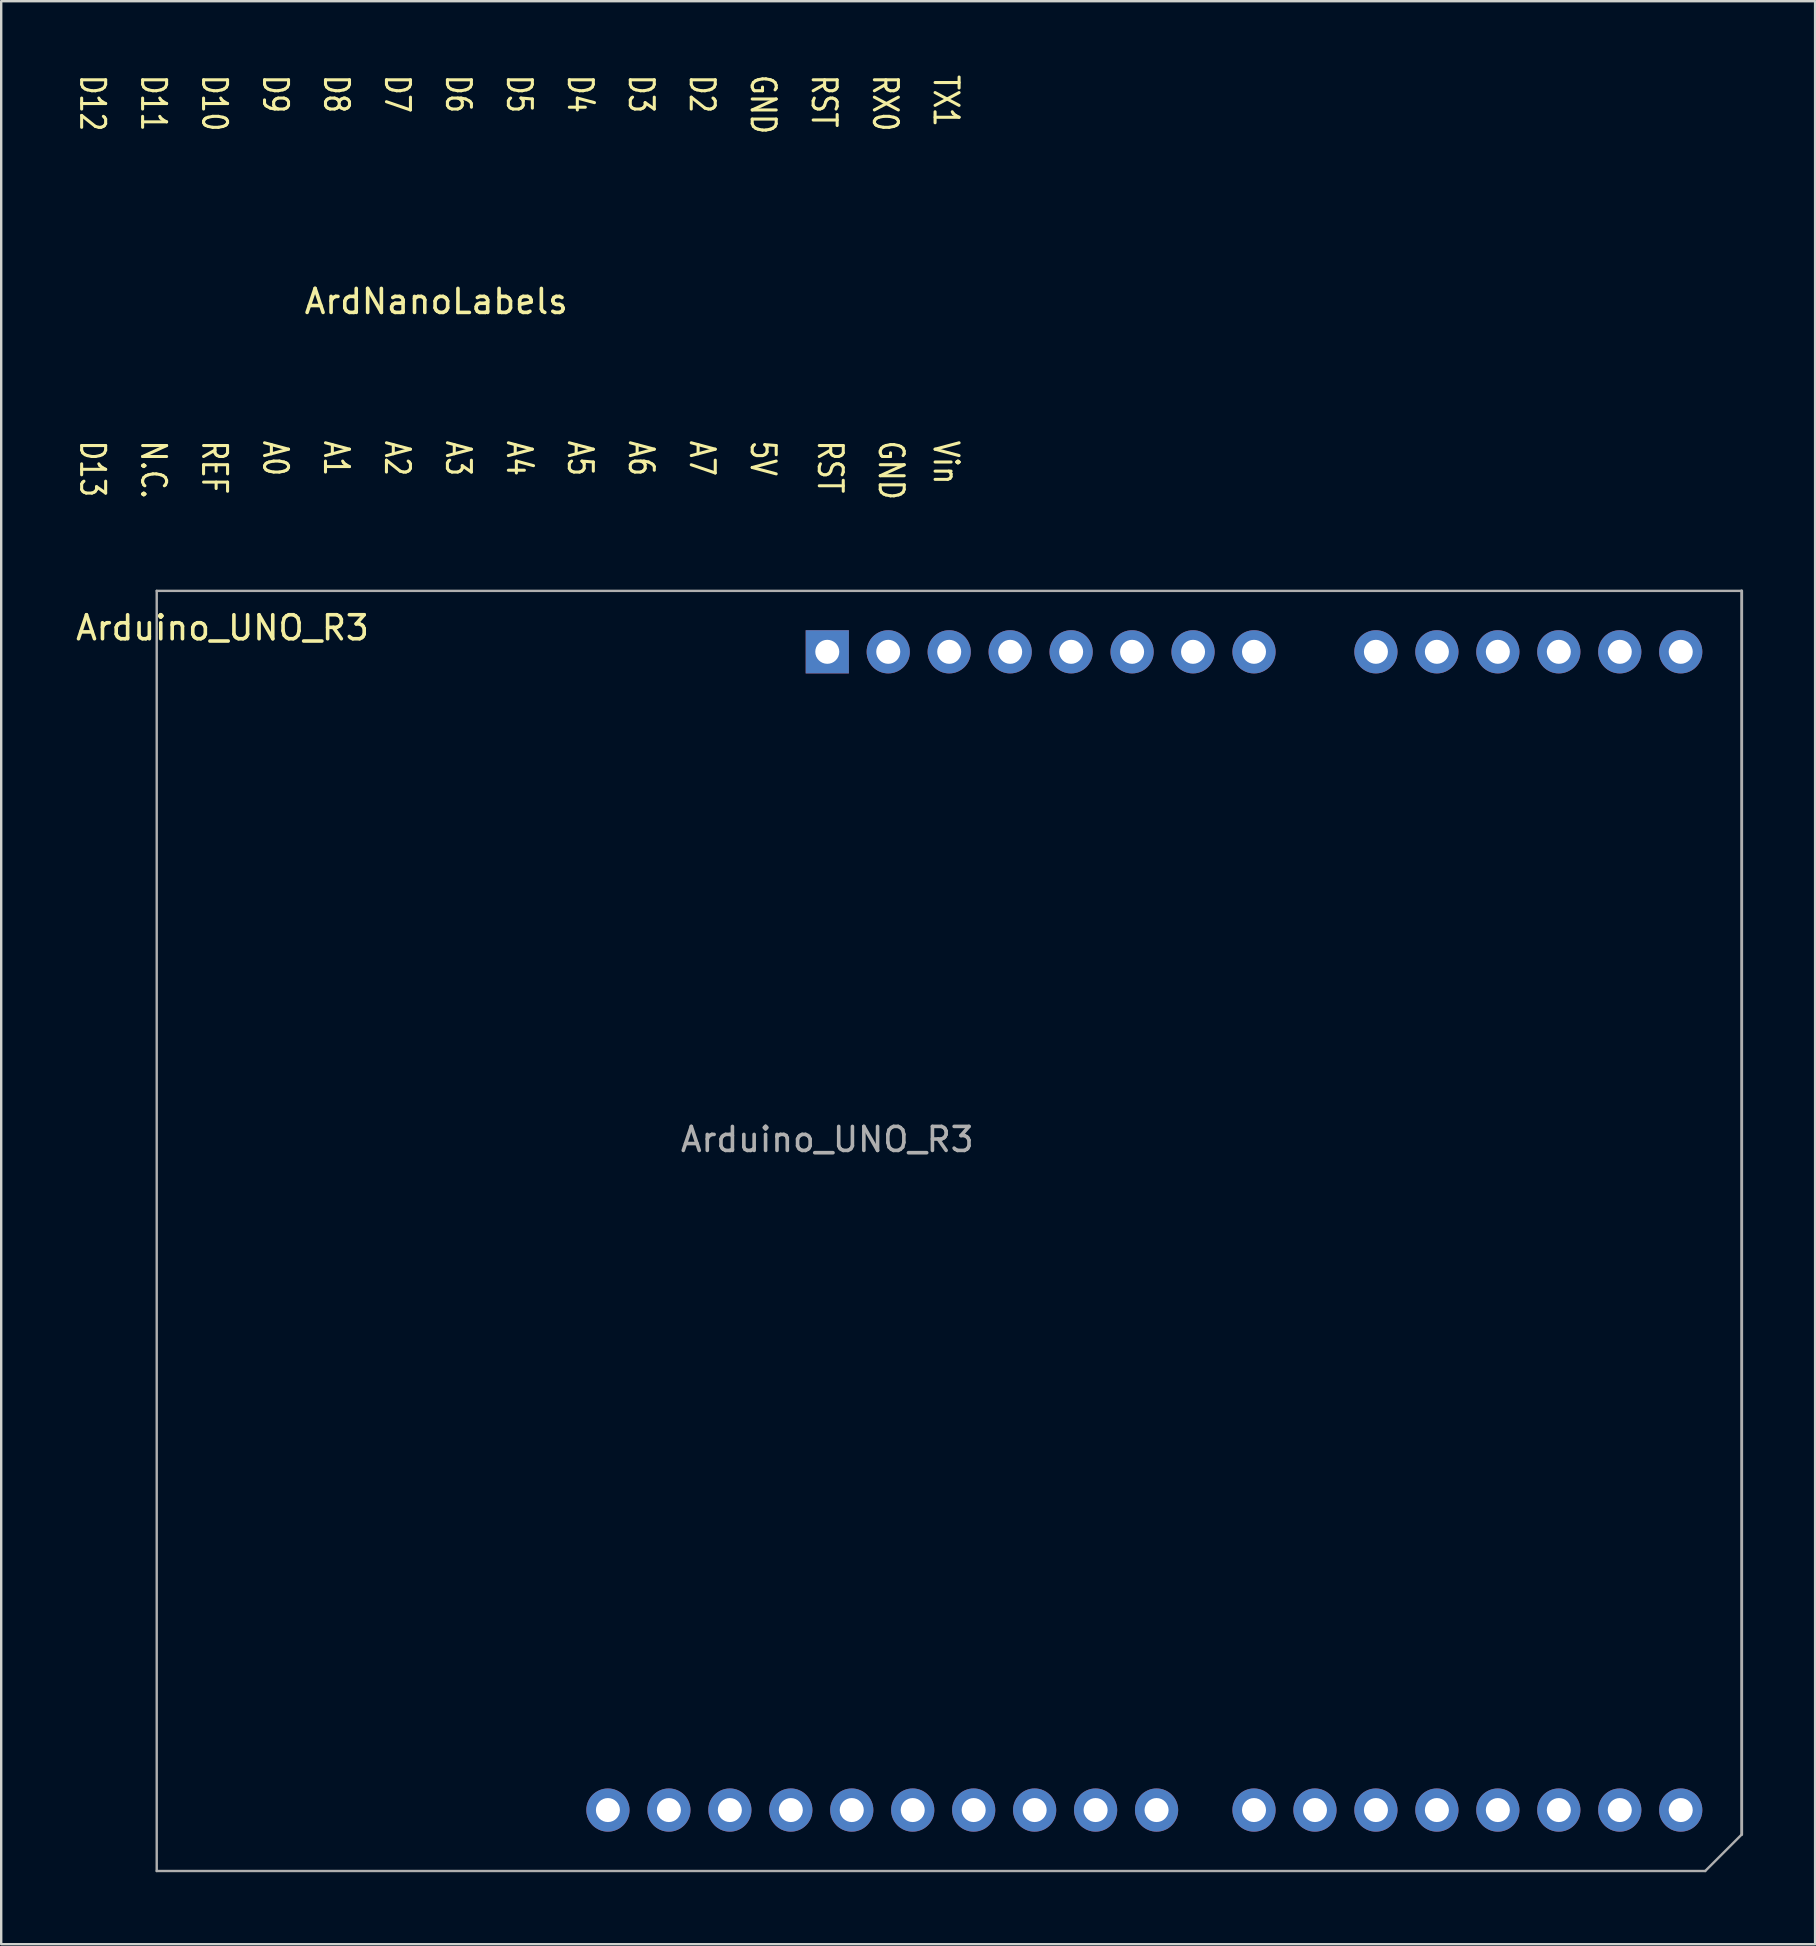
<source format=kicad_pcb>
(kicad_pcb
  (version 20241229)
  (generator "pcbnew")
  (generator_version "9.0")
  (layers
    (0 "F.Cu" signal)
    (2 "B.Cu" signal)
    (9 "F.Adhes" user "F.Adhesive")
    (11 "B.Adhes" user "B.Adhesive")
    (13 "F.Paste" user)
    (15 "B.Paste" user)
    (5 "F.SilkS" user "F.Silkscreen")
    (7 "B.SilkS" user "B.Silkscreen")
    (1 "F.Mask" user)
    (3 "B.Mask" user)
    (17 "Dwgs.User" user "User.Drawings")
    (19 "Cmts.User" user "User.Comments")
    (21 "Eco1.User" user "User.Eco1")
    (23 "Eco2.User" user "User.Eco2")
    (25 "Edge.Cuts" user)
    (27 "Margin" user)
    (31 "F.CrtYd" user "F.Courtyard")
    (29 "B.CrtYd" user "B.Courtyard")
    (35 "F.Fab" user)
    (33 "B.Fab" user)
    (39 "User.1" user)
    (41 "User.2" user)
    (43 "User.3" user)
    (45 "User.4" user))
  (footprint "ArdNanoLabels"
    (layer "F.Cu")
    (at 18.588 9.144)
    (property "Reference" "ArdNanoLabels" (at -3.462 0.368 180) (layer "F.SilkS") (effects (font (size 1 1) (thickness 0.15))))
    (attr through_hole)
    (fp_text user "A2" (at -5.08 6.096 270) (unlocked yes) (layer "F.SilkS") (effects (font (size 1 0.8) (thickness 0.127)) (justify left)))
    (fp_text user "RX0" (at 15.25 -9.144 270) (unlocked yes) (layer "F.SilkS") (effects (font (size 1 0.8) (thickness 0.127)) (justify left)))
    (fp_text user "N.C." (at -15.24 6.096 270) (unlocked yes) (layer "F.SilkS") (effects (font (size 1 0.8) (thickness 0.127)) (justify left)))
    (fp_text user "A0" (at -10.16 6.096 270) (unlocked yes) (layer "F.SilkS") (effects (font (size 1 0.8) (thickness 0.127)) (justify left)))
    (fp_text user "D9" (at -10.16 -9.144 270) (unlocked yes) (layer "F.SilkS") (effects (font (size 1 0.8) (thickness 0.127)) (justify left)))
    (fp_text user "RST " (at 12.954 6.096 270) (unlocked yes) (layer "F.SilkS") (effects (font (size 1 0.8) (thickness 0.127)) (justify left)))
    (fp_text user "D8" (at -7.62 -9.144 270) (unlocked yes) (layer "F.SilkS") (effects (font (size 1 0.8) (thickness 0.127)) (justify left)))
    (fp_text user "D10" (at -12.7 -9.144 270) (unlocked yes) (layer "F.SilkS") (effects (font (size 1 0.8) (thickness 0.127)) (justify left)))
    (fp_text user "REF" (at -12.7 6.096 270) (unlocked yes) (layer "F.SilkS") (effects (font (size 1 0.8) (thickness 0.127)) (justify left)))
    (fp_text user "D6" (at -2.54 -9.144 270) (unlocked yes) (layer "F.SilkS") (effects (font (size 1 0.8) (thickness 0.127)) (justify left)))
    (fp_text user "A4" (at 0 6.096 270) (unlocked yes) (layer "F.SilkS") (effects (font (size 1 0.8) (thickness 0.127)) (justify left)))
    (fp_text user "D13" (at -17.78 6.096 270) (unlocked yes) (layer "F.SilkS") (effects (font (size 1 0.8) (thickness 0.127)) (justify left)))
    (fp_text user "5V" (at 10.16 6.096 270) (unlocked yes) (layer "F.SilkS") (effects (font (size 1 0.8) (thickness 0.127)) (justify left)))
    (fp_text user "D5" (at 0 -9.144 270) (unlocked yes) (layer "F.SilkS") (effects (font (size 1 0.8) (thickness 0.127)) (justify left)))
    (fp_text user "D3" (at 5.08 -9.144 270) (unlocked yes) (layer "F.SilkS") (effects (font (size 1 0.8) (thickness 0.127)) (justify left)))
    (fp_text user "GND " (at 15.494 6.096 270) (unlocked yes) (layer "F.SilkS") (effects (font (size 1 0.8) (thickness 0.127)) (justify left)))
    (fp_text user "D2" (at 7.62 -9.144 270) (unlocked yes) (layer "F.SilkS") (effects (font (size 1 0.8) (thickness 0.127)) (justify left)))
    (fp_text user "D4" (at 2.54 -9.144 270) (unlocked yes) (layer "F.SilkS") (effects (font (size 1 0.8) (thickness 0.127)) (justify left)))
    (fp_text user "D7" (at -5.08 -9.144 270) (unlocked yes) (layer "F.SilkS") (effects (font (size 1 0.8) (thickness 0.127)) (justify left)))
    (fp_text user "A1" (at -7.62 6.096 270) (unlocked yes) (layer "F.SilkS") (effects (font (size 1 0.8) (thickness 0.127)) (justify left)))
    (fp_text user "D12" (at -17.78 -9.144 270) (unlocked yes) (layer "F.SilkS") (effects (font (size 1 0.8) (thickness 0.127)) (justify left)))
    (fp_text user "D11" (at -15.24 -9.144 270) (unlocked yes) (layer "F.SilkS") (effects (font (size 1 0.8) (thickness 0.127)) (justify left)))
    (fp_text user "Vin" (at 17.78 6.096 270) (unlocked yes) (layer "F.SilkS") (effects (font (size 1 0.8) (thickness 0.127)) (justify left)))
    (fp_text user "A6" (at 5.08 6.096 270) (unlocked yes) (layer "F.SilkS") (effects (font (size 1 0.8) (thickness 0.127)) (justify left)))
    (fp_text user "A7" (at 7.62 6.096 270) (unlocked yes) (layer "F.SilkS") (effects (font (size 1 0.8) (thickness 0.127)) (justify left)))
    (fp_text user "RST" (at 12.7 -9.144 270) (unlocked yes) (layer "F.SilkS") (effects (font (size 1 0.8) (thickness 0.127)) (justify left)))
    (fp_text user "GND" (at 10.16 -9.144 270) (unlocked yes) (layer "F.SilkS") (effects (font (size 1 0.8) (thickness 0.127)) (justify left)))
    (fp_text user "A3" (at -2.54 6.096 270) (unlocked yes) (layer "F.SilkS") (effects (font (size 1 0.8) (thickness 0.127)) (justify left)))
    (fp_text user "TX1" (at 17.78 -9.144 270) (unlocked yes) (layer "F.SilkS") (effects (font (size 1 0.8) (thickness 0.127)) (justify left)))
    (fp_text user "A5" (at 2.54 6.096 270) (unlocked yes) (layer "F.SilkS") (effects (font (size 1 0.8) (thickness 0.127)) (justify left))))
  (footprint "Arduino_UNO_R3"
    (layer "F.Cu")
    (at 31.42 24.109)
    (property "Reference" "Arduino_UNO_R3" (at -25.2 -1 180) (layer "F.SilkS") (effects (font (size 1 1) (thickness 0.15))))
    (attr through_hole)
    (fp_line (start -27.94 -2.54) (end 38.1 -2.54) (stroke (width 0.1) (type solid)) (layer "F.Fab"))
    (fp_line (start -27.94 50.8) (end -27.94 -2.54) (stroke (width 0.1) (type solid)) (layer "F.Fab"))
    (fp_line (start 36.58 50.8) (end -27.94 50.8) (stroke (width 0.1) (type solid)) (layer "F.Fab"))
    (fp_line (start 38.1 -2.54) (end 38.1 49.28) (stroke (width 0.12) (type solid)) (layer "F.Fab"))
    (fp_line (start 38.1 49.28) (end 36.58 50.8) (stroke (width 0.1) (type solid)) (layer "F.Fab"))
    (fp_text user "${REFERENCE}" (at 0 20.32 180) (layer "F.Fab") (effects (font (size 1 1) (thickness 0.15))))
    (pad "1" thru_hole rect (at 0 0 90) (size 1.8 1.8) (drill 1) (layers "*.Cu" "*.Mask"))
    (pad "2" thru_hole circle (at 2.54 0 90) (size 1.8 1.8) (drill 1) (layers "*.Cu" "*.Mask"))
    (pad "3" thru_hole circle (at 5.08 0 90) (size 1.8 1.8) (drill 1) (layers "*.Cu" "*.Mask"))
    (pad "4" thru_hole circle (at 7.62 0 90) (size 1.8 1.8) (drill 1) (layers "*.Cu" "*.Mask"))
    (pad "5" thru_hole circle (at 10.16 0 90) (size 1.8 1.8) (drill 1) (layers "*.Cu" "*.Mask"))
    (pad "6" thru_hole circle (at 12.7 0 90) (size 1.8 1.8) (drill 1) (layers "*.Cu" "*.Mask"))
    (pad "7" thru_hole circle (at 15.24 0 90) (size 1.8 1.8) (drill 1) (layers "*.Cu" "*.Mask"))
    (pad "8" thru_hole circle (at 17.78 0 90) (size 1.8 1.8) (drill 1) (layers "*.Cu" "*.Mask"))
    (pad "9" thru_hole circle (at 22.86 0 90) (size 1.8 1.8) (drill 1) (layers "*.Cu" "*.Mask"))
    (pad "10" thru_hole circle (at 25.4 0 90) (size 1.8 1.8) (drill 1) (layers "*.Cu" "*.Mask"))
    (pad "11" thru_hole circle (at 27.94 0 90) (size 1.8 1.8) (drill 1) (layers "*.Cu" "*.Mask"))
    (pad "12" thru_hole circle (at 30.48 0 90) (size 1.8 1.8) (drill 1) (layers "*.Cu" "*.Mask"))
    (pad "13" thru_hole circle (at 33.02 0 90) (size 1.8 1.8) (drill 1) (layers "*.Cu" "*.Mask"))
    (pad "14" thru_hole circle (at 35.56 0 90) (size 1.8 1.8) (drill 1) (layers "*.Cu" "*.Mask"))
    (pad "15" thru_hole circle (at 35.56 48.26 90) (size 1.8 1.8) (drill 1) (layers "*.Cu" "*.Mask"))
    (pad "16" thru_hole circle (at 33.02 48.26 90) (size 1.8 1.8) (drill 1) (layers "*.Cu" "*.Mask"))
    (pad "17" thru_hole circle (at 30.48 48.26 90) (size 1.8 1.8) (drill 1) (layers "*.Cu" "*.Mask"))
    (pad "18" thru_hole circle (at 27.94 48.26 90) (size 1.8 1.8) (drill 1) (layers "*.Cu" "*.Mask"))
    (pad "19" thru_hole circle (at 25.4 48.26 90) (size 1.8 1.8) (drill 1) (layers "*.Cu" "*.Mask"))
    (pad "20" thru_hole circle (at 22.86 48.26 90) (size 1.8 1.8) (drill 1) (layers "*.Cu" "*.Mask"))
    (pad "21" thru_hole circle (at 20.32 48.26 90) (size 1.8 1.8) (drill 1) (layers "*.Cu" "*.Mask"))
    (pad "22" thru_hole circle (at 17.78 48.26 90) (size 1.8 1.8) (drill 1) (layers "*.Cu" "*.Mask"))
    (pad "23" thru_hole circle (at 13.72 48.26 90) (size 1.8 1.8) (drill 1) (layers "*.Cu" "*.Mask"))
    (pad "24" thru_hole circle (at 11.18 48.26 90) (size 1.8 1.8) (drill 1) (layers "*.Cu" "*.Mask"))
    (pad "25" thru_hole circle (at 8.64 48.26 90) (size 1.8 1.8) (drill 1) (layers "*.Cu" "*.Mask"))
    (pad "26" thru_hole circle (at 6.1 48.26 90) (size 1.8 1.8) (drill 1) (layers "*.Cu" "*.Mask"))
    (pad "27" thru_hole circle (at 3.56 48.26 90) (size 1.8 1.8) (drill 1) (layers "*.Cu" "*.Mask"))
    (pad "28" thru_hole circle (at 1.02 48.26 90) (size 1.8 1.8) (drill 1) (layers "*.Cu" "*.Mask"))
    (pad "29" thru_hole circle (at -1.52 48.26 90) (size 1.8 1.8) (drill 1) (layers "*.Cu" "*.Mask"))
    (pad "30" thru_hole circle (at -4.06 48.26 90) (size 1.8 1.8) (drill 1) (layers "*.Cu" "*.Mask"))
    (pad "31" thru_hole circle (at -6.6 48.26 90) (size 1.8 1.8) (drill 1) (layers "*.Cu" "*.Mask"))
    (pad "32" thru_hole circle (at -9.14 48.26 90) (size 1.8 1.8) (drill 1) (layers "*.Cu" "*.Mask")))
  (gr_rect
    (start -3 -3)
    (end 72.58 77.959)
    (stroke (width 0.1) (type default))
    (fill no)
    (layer "Edge.Cuts")))
</source>
